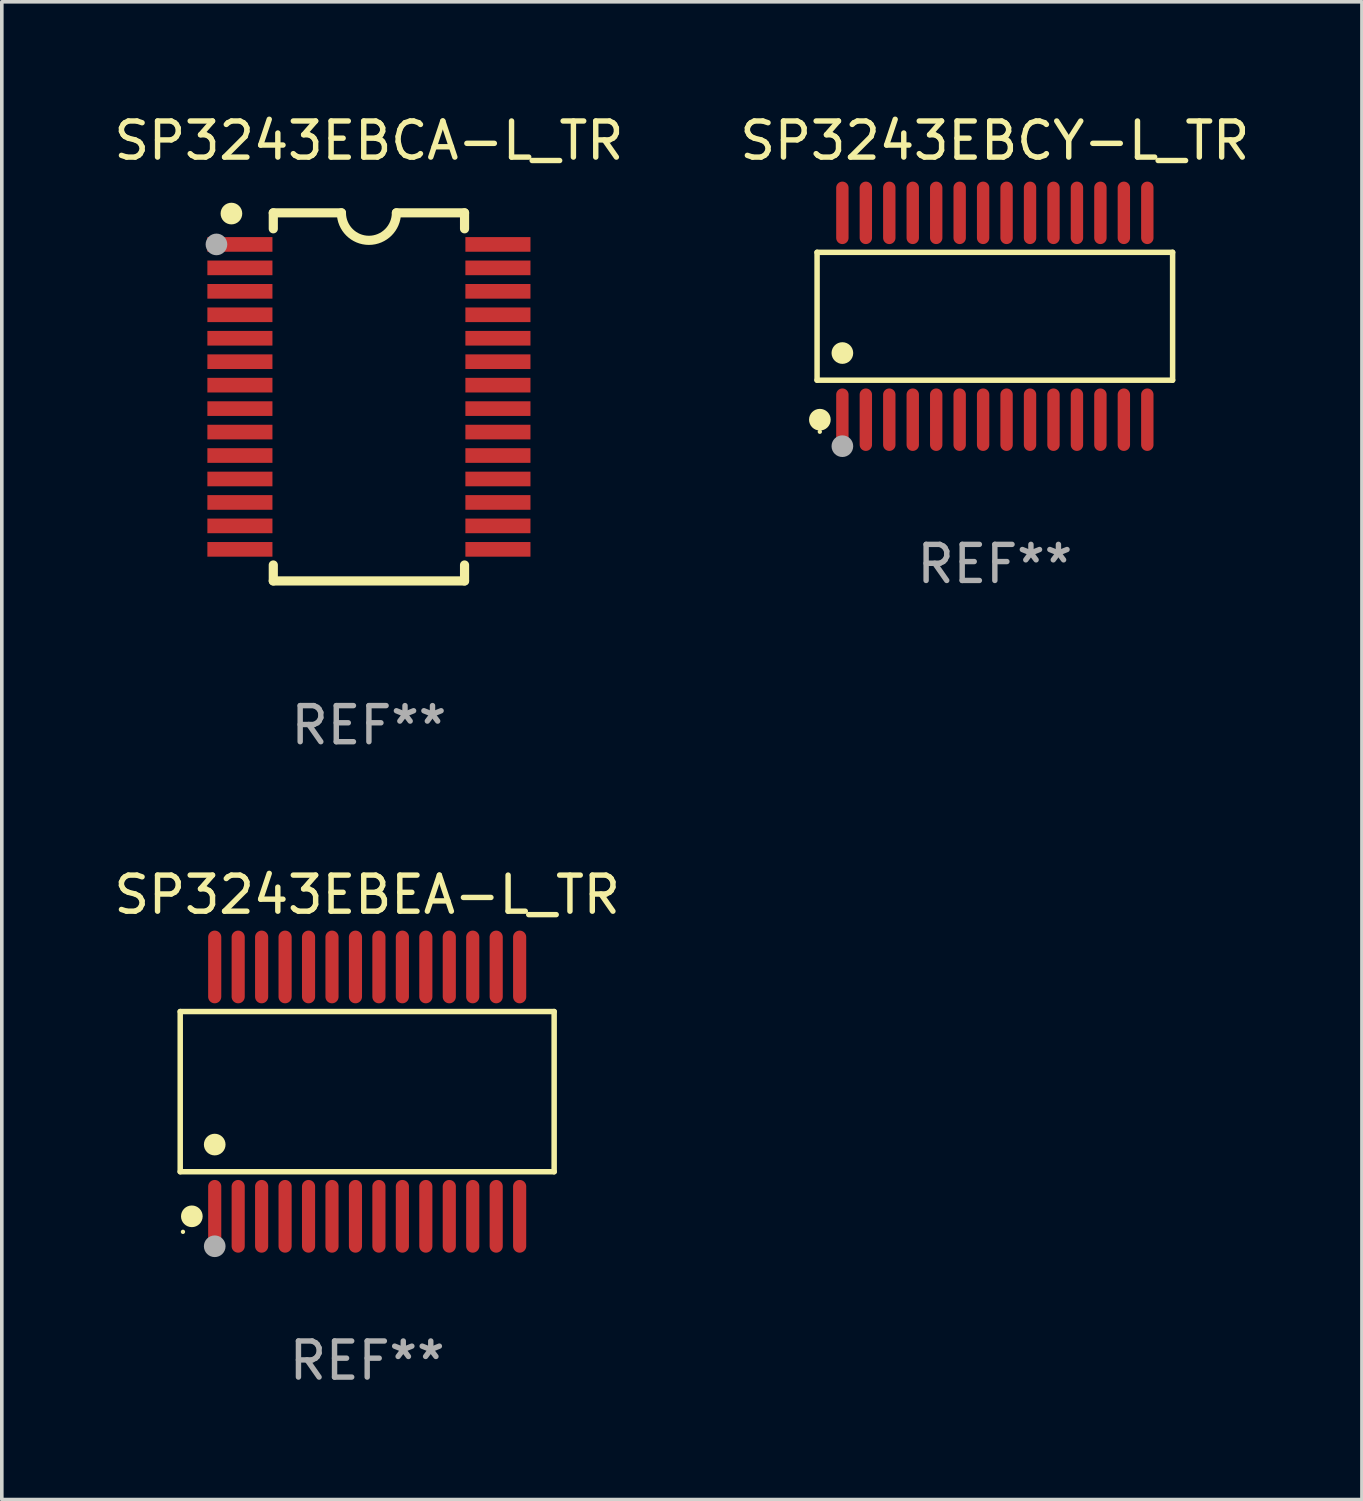
<source format=kicad_pcb>
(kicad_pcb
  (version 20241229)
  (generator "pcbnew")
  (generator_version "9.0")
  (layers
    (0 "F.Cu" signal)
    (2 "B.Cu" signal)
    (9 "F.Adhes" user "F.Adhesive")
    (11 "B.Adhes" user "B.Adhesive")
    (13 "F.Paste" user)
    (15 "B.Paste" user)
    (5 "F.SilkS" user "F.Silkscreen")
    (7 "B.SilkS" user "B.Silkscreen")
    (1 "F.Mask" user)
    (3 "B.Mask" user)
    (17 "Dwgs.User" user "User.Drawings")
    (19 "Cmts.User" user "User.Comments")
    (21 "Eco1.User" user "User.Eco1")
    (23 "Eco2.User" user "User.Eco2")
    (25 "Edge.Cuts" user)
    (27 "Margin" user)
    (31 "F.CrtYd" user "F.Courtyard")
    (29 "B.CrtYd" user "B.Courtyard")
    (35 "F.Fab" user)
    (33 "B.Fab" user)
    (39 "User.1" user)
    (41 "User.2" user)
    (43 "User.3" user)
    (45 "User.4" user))
  (footprint "SP3243EBEA-L_TR"
    (layer "F.Cu")
    (at 7.125 27.2)
    (property "Reference" "SP3243EBEA-L_TR" (at 0 -5.455 0) (layer "F.SilkS") (effects (font (size 1 1) (thickness 0.15))))
    (attr through_hole)
    (fp_line (start -5.181 -2.219) (end 5.181 -2.219) (stroke (width 0.152) (type solid)) (layer "F.SilkS"))
    (fp_line (start -5.181 2.219) (end -5.181 -2.219) (stroke (width 0.152) (type solid)) (layer "F.SilkS"))
    (fp_line (start 5.181 -2.219) (end 5.181 2.219) (stroke (width 0.152) (type solid)) (layer "F.SilkS"))
    (fp_line (start 5.181 2.219) (end -5.181 2.219) (stroke (width 0.152) (type solid)) (layer "F.SilkS"))
    (fp_circle (center -5.105 3.885) (end -5.075 3.885) (stroke (width 0.06) (type solid)) (fill no) (layer "F.SilkS"))
    (fp_circle (center -4.859 3.455) (end -4.709 3.455) (stroke (width 0.3) (type solid)) (fill no) (layer "F.SilkS"))
    (fp_circle (center -4.225 1.467) (end -4.075 1.467) (stroke (width 0.3) (type solid)) (fill no) (layer "F.SilkS"))
    (fp_circle (center -4.225 4.285) (end -4.075 4.285) (stroke (width 0.3) (type solid)) (fill no) (layer "F.Fab"))
    (fp_text user "REF**" (at 0 7.455 0) (layer "F.Fab") (effects (font (size 1 1) (thickness 0.15))))
    (pad "1" smd oval (at -4.225 3.455) (size 0.364 2.015) (layers "F.Cu" "F.Mask" "F.Paste"))
    (pad "2" smd oval (at -3.575 3.455) (size 0.364 2.015) (layers "F.Cu" "F.Mask" "F.Paste"))
    (pad "3" smd oval (at -2.925 3.455) (size 0.364 2.015) (layers "F.Cu" "F.Mask" "F.Paste"))
    (pad "4" smd oval (at -2.275 3.455) (size 0.364 2.015) (layers "F.Cu" "F.Mask" "F.Paste"))
    (pad "5" smd oval (at -1.625 3.455) (size 0.364 2.015) (layers "F.Cu" "F.Mask" "F.Paste"))
    (pad "6" smd oval (at -0.975 3.455) (size 0.364 2.015) (layers "F.Cu" "F.Mask" "F.Paste"))
    (pad "7" smd oval (at -0.325 3.455) (size 0.364 2.015) (layers "F.Cu" "F.Mask" "F.Paste"))
    (pad "8" smd oval (at 0.325 3.455) (size 0.364 2.015) (layers "F.Cu" "F.Mask" "F.Paste"))
    (pad "9" smd oval (at 0.975 3.455) (size 0.364 2.015) (layers "F.Cu" "F.Mask" "F.Paste"))
    (pad "10" smd oval (at 1.625 3.455) (size 0.364 2.015) (layers "F.Cu" "F.Mask" "F.Paste"))
    (pad "11" smd oval (at 2.275 3.455) (size 0.364 2.015) (layers "F.Cu" "F.Mask" "F.Paste"))
    (pad "12" smd oval (at 2.925 3.455) (size 0.364 2.015) (layers "F.Cu" "F.Mask" "F.Paste"))
    (pad "13" smd oval (at 3.575 3.455) (size 0.364 2.015) (layers "F.Cu" "F.Mask" "F.Paste"))
    (pad "14" smd oval (at 4.225 3.455) (size 0.364 2.015) (layers "F.Cu" "F.Mask" "F.Paste"))
    (pad "15" smd oval (at 4.225 -3.455) (size 0.364 2.015) (layers "F.Cu" "F.Mask" "F.Paste"))
    (pad "16" smd oval (at 3.575 -3.455) (size 0.364 2.015) (layers "F.Cu" "F.Mask" "F.Paste"))
    (pad "17" smd oval (at 2.925 -3.455) (size 0.364 2.015) (layers "F.Cu" "F.Mask" "F.Paste"))
    (pad "18" smd oval (at 2.275 -3.455) (size 0.364 2.015) (layers "F.Cu" "F.Mask" "F.Paste"))
    (pad "19" smd oval (at 1.625 -3.455) (size 0.364 2.015) (layers "F.Cu" "F.Mask" "F.Paste"))
    (pad "20" smd oval (at 0.975 -3.455) (size 0.364 2.015) (layers "F.Cu" "F.Mask" "F.Paste"))
    (pad "21" smd oval (at 0.325 -3.455) (size 0.364 2.015) (layers "F.Cu" "F.Mask" "F.Paste"))
    (pad "22" smd oval (at -0.325 -3.455) (size 0.364 2.015) (layers "F.Cu" "F.Mask" "F.Paste"))
    (pad "23" smd oval (at -0.975 -3.455) (size 0.364 2.015) (layers "F.Cu" "F.Mask" "F.Paste"))
    (pad "24" smd oval (at -1.625 -3.455) (size 0.364 2.015) (layers "F.Cu" "F.Mask" "F.Paste"))
    (pad "25" smd oval (at -2.275 -3.455) (size 0.364 2.015) (layers "F.Cu" "F.Mask" "F.Paste"))
    (pad "26" smd oval (at -2.925 -3.455) (size 0.364 2.015) (layers "F.Cu" "F.Mask" "F.Paste"))
    (pad "27" smd oval (at -3.575 -3.455) (size 0.364 2.015) (layers "F.Cu" "F.Mask" "F.Paste"))
    (pad "28" smd oval (at -4.225 -3.455) (size 0.364 2.015) (layers "F.Cu" "F.Mask" "F.Paste")))
  (footprint "SP3243EBCA-L_TR"
    (layer "F.Cu")
    (at 7.173 7.948)
    (property "Reference" "SP3243EBCA-L_TR" (at 0 -7.1 0) (layer "F.SilkS") (effects (font (size 1 1) (thickness 0.15))))
    (attr through_hole)
    (fp_line (start -2.65 -5.1) (end -0.762 -5.1) (stroke (width 0.254) (type solid)) (layer "F.SilkS"))
    (fp_line (start -2.65 -4.658) (end -2.65 -5.1) (stroke (width 0.254) (type solid)) (layer "F.SilkS"))
    (fp_line (start -2.65 5.1) (end -2.65 4.658) (stroke (width 0.254) (type solid)) (layer "F.SilkS"))
    (fp_line (start -2.65 5.1) (end 2.65 5.1) (stroke (width 0.254) (type solid)) (layer "F.SilkS"))
    (fp_line (start 2.65 -5.1) (end 0.762 -5.1) (stroke (width 0.254) (type solid)) (layer "F.SilkS"))
    (fp_line (start 2.65 -5.1) (end 2.65 -4.658) (stroke (width 0.254) (type solid)) (layer "F.SilkS"))
    (fp_line (start 2.65 4.658) (end 2.65 5.1) (stroke (width 0.254) (type solid)) (layer "F.SilkS"))
    (fp_arc (start 0.761925 -5.1) (mid -0.000241 -4.338329) (end -0.762077 -5.10033) (stroke (width 0.254001) (type solid)) (layer "F.SilkS"))
    (fp_circle (center -3.858 -5.07) (end -3.828 -5.07) (stroke (width 0.06) (type solid)) (fill no) (layer "F.SilkS"))
    (fp_circle (center -3.81 -5.08) (end -3.66 -5.08) (stroke (width 0.3) (type solid)) (fill no) (layer "F.SilkS"))
    (fp_circle (center -4.225 -4.225) (end -4.075 -4.225) (stroke (width 0.3) (type solid)) (fill no) (layer "F.Fab"))
    (fp_text user "REF**" (at 0 9.1 0) (layer "F.Fab") (effects (font (size 1 1) (thickness 0.15))))
    (pad "1" smd rect (at -3.575 -4.225) (size 1.803 0.406) (layers "F.Cu" "F.Mask" "F.Paste"))
    (pad "2" smd rect (at -3.575 -3.575) (size 1.803 0.406) (layers "F.Cu" "F.Mask" "F.Paste"))
    (pad "3" smd rect (at -3.575 -2.925) (size 1.803 0.406) (layers "F.Cu" "F.Mask" "F.Paste"))
    (pad "4" smd rect (at -3.575 -2.275) (size 1.803 0.406) (layers "F.Cu" "F.Mask" "F.Paste"))
    (pad "5" smd rect (at -3.575 -1.625) (size 1.803 0.406) (layers "F.Cu" "F.Mask" "F.Paste"))
    (pad "6" smd rect (at -3.575 -0.975) (size 1.803 0.406) (layers "F.Cu" "F.Mask" "F.Paste"))
    (pad "7" smd rect (at -3.575 -0.325) (size 1.803 0.406) (layers "F.Cu" "F.Mask" "F.Paste"))
    (pad "8" smd rect (at -3.575 0.325) (size 1.803 0.406) (layers "F.Cu" "F.Mask" "F.Paste"))
    (pad "9" smd rect (at -3.575 0.975) (size 1.803 0.406) (layers "F.Cu" "F.Mask" "F.Paste"))
    (pad "10" smd rect (at -3.575 1.625) (size 1.803 0.406) (layers "F.Cu" "F.Mask" "F.Paste"))
    (pad "11" smd rect (at -3.575 2.275) (size 1.803 0.406) (layers "F.Cu" "F.Mask" "F.Paste"))
    (pad "12" smd rect (at -3.575 2.925) (size 1.803 0.406) (layers "F.Cu" "F.Mask" "F.Paste"))
    (pad "13" smd rect (at -3.575 3.575) (size 1.803 0.406) (layers "F.Cu" "F.Mask" "F.Paste"))
    (pad "14" smd rect (at -3.575 4.225) (size 1.803 0.406) (layers "F.Cu" "F.Mask" "F.Paste"))
    (pad "15" smd rect (at 3.575 4.225) (size 1.803 0.406) (layers "F.Cu" "F.Mask" "F.Paste"))
    (pad "16" smd rect (at 3.575 3.575) (size 1.803 0.406) (layers "F.Cu" "F.Mask" "F.Paste"))
    (pad "17" smd rect (at 3.575 2.925) (size 1.803 0.406) (layers "F.Cu" "F.Mask" "F.Paste"))
    (pad "18" smd rect (at 3.575 2.275) (size 1.803 0.406) (layers "F.Cu" "F.Mask" "F.Paste"))
    (pad "19" smd rect (at 3.575 1.625) (size 1.803 0.406) (layers "F.Cu" "F.Mask" "F.Paste"))
    (pad "20" smd rect (at 3.575 0.975) (size 1.803 0.406) (layers "F.Cu" "F.Mask" "F.Paste"))
    (pad "21" smd rect (at 3.575 0.325) (size 1.803 0.406) (layers "F.Cu" "F.Mask" "F.Paste"))
    (pad "22" smd rect (at 3.575 -0.325) (size 1.803 0.406) (layers "F.Cu" "F.Mask" "F.Paste"))
    (pad "23" smd rect (at 3.575 -0.975) (size 1.803 0.406) (layers "F.Cu" "F.Mask" "F.Paste"))
    (pad "24" smd rect (at 3.575 -1.625) (size 1.803 0.406) (layers "F.Cu" "F.Mask" "F.Paste"))
    (pad "25" smd rect (at 3.575 -2.275) (size 1.803 0.406) (layers "F.Cu" "F.Mask" "F.Paste"))
    (pad "26" smd rect (at 3.575 -2.925) (size 1.803 0.406) (layers "F.Cu" "F.Mask" "F.Paste"))
    (pad "27" smd rect (at 3.575 -3.575) (size 1.803 0.406) (layers "F.Cu" "F.Mask" "F.Paste"))
    (pad "28" smd rect (at 3.575 -4.225) (size 1.803 0.406) (layers "F.Cu" "F.Mask" "F.Paste")))
  (footprint "SP3243EBCY-L_TR"
    (layer "F.Cu")
    (at 24.518 5.714)
    (property "Reference" "SP3243EBCY-L_TR" (at 0 -4.866 0) (layer "F.SilkS") (effects (font (size 1 1) (thickness 0.15))))
    (attr through_hole)
    (fp_line (start -4.926 -1.772) (end 4.926 -1.772) (stroke (width 0.152) (type solid)) (layer "F.SilkS"))
    (fp_line (start -4.926 1.771) (end -4.926 -1.772) (stroke (width 0.152) (type solid)) (layer "F.SilkS"))
    (fp_line (start 4.926 -1.772) (end 4.926 1.771) (stroke (width 0.152) (type solid)) (layer "F.SilkS"))
    (fp_line (start 4.926 1.771) (end -4.926 1.771) (stroke (width 0.152) (type solid)) (layer "F.SilkS"))
    (fp_circle (center -4.85 3.2) (end -4.82 3.2) (stroke (width 0.06) (type solid)) (fill no) (layer "F.SilkS"))
    (fp_circle (center -4.849 2.866) (end -4.699 2.866) (stroke (width 0.3) (type solid)) (fill no) (layer "F.SilkS"))
    (fp_circle (center -4.225 1.019) (end -4.075 1.019) (stroke (width 0.3) (type solid)) (fill no) (layer "F.SilkS"))
    (fp_circle (center -4.225 3.6) (end -4.075 3.6) (stroke (width 0.3) (type solid)) (fill no) (layer "F.Fab"))
    (fp_text user "REF**" (at 0 6.866 0) (layer "F.Fab") (effects (font (size 1 1) (thickness 0.15))))
    (pad "1" smd oval (at -4.225 2.866) (size 0.343 1.731) (layers "F.Cu" "F.Mask" "F.Paste"))
    (pad "2" smd oval (at -3.575 2.866) (size 0.343 1.731) (layers "F.Cu" "F.Mask" "F.Paste"))
    (pad "3" smd oval (at -2.925 2.866) (size 0.343 1.731) (layers "F.Cu" "F.Mask" "F.Paste"))
    (pad "4" smd oval (at -2.275 2.866) (size 0.343 1.731) (layers "F.Cu" "F.Mask" "F.Paste"))
    (pad "5" smd oval (at -1.625 2.866) (size 0.343 1.731) (layers "F.Cu" "F.Mask" "F.Paste"))
    (pad "6" smd oval (at -0.975 2.866) (size 0.343 1.731) (layers "F.Cu" "F.Mask" "F.Paste"))
    (pad "7" smd oval (at -0.325 2.866) (size 0.343 1.731) (layers "F.Cu" "F.Mask" "F.Paste"))
    (pad "8" smd oval (at 0.325 2.866) (size 0.343 1.731) (layers "F.Cu" "F.Mask" "F.Paste"))
    (pad "9" smd oval (at 0.975 2.866) (size 0.343 1.731) (layers "F.Cu" "F.Mask" "F.Paste"))
    (pad "10" smd oval (at 1.625 2.866) (size 0.343 1.731) (layers "F.Cu" "F.Mask" "F.Paste"))
    (pad "11" smd oval (at 2.275 2.866) (size 0.343 1.731) (layers "F.Cu" "F.Mask" "F.Paste"))
    (pad "12" smd oval (at 2.925 2.866) (size 0.343 1.731) (layers "F.Cu" "F.Mask" "F.Paste"))
    (pad "13" smd oval (at 3.575 2.866) (size 0.343 1.731) (layers "F.Cu" "F.Mask" "F.Paste"))
    (pad "14" smd oval (at 4.225 2.866) (size 0.343 1.731) (layers "F.Cu" "F.Mask" "F.Paste"))
    (pad "15" smd oval (at 4.225 -2.866) (size 0.343 1.731) (layers "F.Cu" "F.Mask" "F.Paste"))
    (pad "16" smd oval (at 3.575 -2.866) (size 0.343 1.731) (layers "F.Cu" "F.Mask" "F.Paste"))
    (pad "17" smd oval (at 2.925 -2.866) (size 0.343 1.731) (layers "F.Cu" "F.Mask" "F.Paste"))
    (pad "18" smd oval (at 2.275 -2.866) (size 0.343 1.731) (layers "F.Cu" "F.Mask" "F.Paste"))
    (pad "19" smd oval (at 1.625 -2.866) (size 0.343 1.731) (layers "F.Cu" "F.Mask" "F.Paste"))
    (pad "20" smd oval (at 0.975 -2.866) (size 0.343 1.731) (layers "F.Cu" "F.Mask" "F.Paste"))
    (pad "21" smd oval (at 0.325 -2.866) (size 0.343 1.731) (layers "F.Cu" "F.Mask" "F.Paste"))
    (pad "22" smd oval (at -0.325 -2.866) (size 0.343 1.731) (layers "F.Cu" "F.Mask" "F.Paste"))
    (pad "23" smd oval (at -0.975 -2.866) (size 0.343 1.731) (layers "F.Cu" "F.Mask" "F.Paste"))
    (pad "24" smd oval (at -1.625 -2.866) (size 0.343 1.731) (layers "F.Cu" "F.Mask" "F.Paste"))
    (pad "25" smd oval (at -2.275 -2.866) (size 0.343 1.731) (layers "F.Cu" "F.Mask" "F.Paste"))
    (pad "26" smd oval (at -2.925 -2.866) (size 0.343 1.731) (layers "F.Cu" "F.Mask" "F.Paste"))
    (pad "27" smd oval (at -3.575 -2.866) (size 0.343 1.731) (layers "F.Cu" "F.Mask" "F.Paste"))
    (pad "28" smd oval (at -4.225 -2.866) (size 0.343 1.731) (layers "F.Cu" "F.Mask" "F.Paste")))
  (gr_rect
    (start -3 -3)
    (end 34.69 38.503)
    (stroke (width 0.1) (type default))
    (fill no)
    (layer "Edge.Cuts")))
</source>
